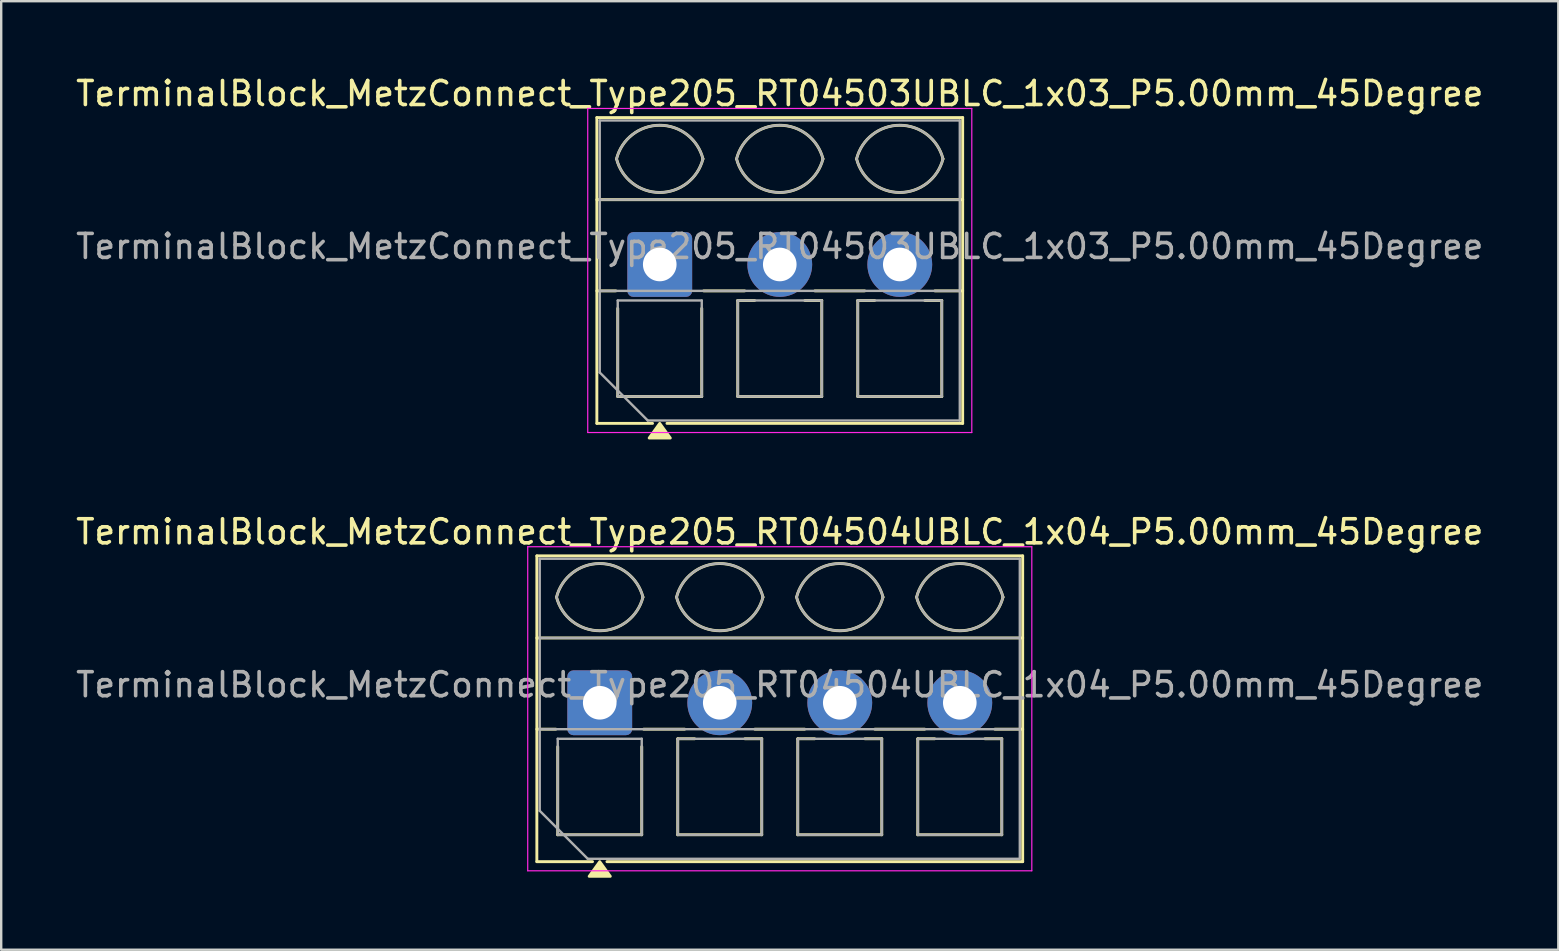
<source format=kicad_pcb>
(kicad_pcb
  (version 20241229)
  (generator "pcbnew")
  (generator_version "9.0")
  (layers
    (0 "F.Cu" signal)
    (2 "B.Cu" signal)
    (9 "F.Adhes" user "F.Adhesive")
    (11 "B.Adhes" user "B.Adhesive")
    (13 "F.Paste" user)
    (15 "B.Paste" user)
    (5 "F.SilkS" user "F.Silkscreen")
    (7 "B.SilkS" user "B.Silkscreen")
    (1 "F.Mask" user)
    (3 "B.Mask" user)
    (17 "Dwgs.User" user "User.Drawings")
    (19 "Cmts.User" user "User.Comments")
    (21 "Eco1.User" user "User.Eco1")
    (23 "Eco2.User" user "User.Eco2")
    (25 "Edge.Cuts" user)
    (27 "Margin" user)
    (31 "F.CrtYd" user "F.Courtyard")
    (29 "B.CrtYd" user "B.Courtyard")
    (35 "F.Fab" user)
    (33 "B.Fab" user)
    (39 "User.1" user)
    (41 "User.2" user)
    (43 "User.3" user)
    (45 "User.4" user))
  (footprint "TerminalBlock_MetzConnect_Type205_RT04503UBLC_1x03_P5.00mm_45Degree"
    (layer "F.Cu")
    (at 24.435 7.968)
    (property "Reference" "TerminalBlock_MetzConnect_Type205_RT04503UBLC_1x03_P5.00mm_45Degree" (at 5 -7.12 0) (layer "F.SilkS") (effects (font (size 1 1) (thickness 0.15))))
    (attr through_hole)
    (fp_line (start -2.62 -6.12) (end -2.62 6.62) (stroke (width 0.12) (type solid)) (layer "F.SilkS"))
    (fp_line (start -2.62 -6.12) (end 12.62 -6.12) (stroke (width 0.12) (type solid)) (layer "F.SilkS"))
    (fp_line (start -2.62 -2.7) (end 12.62 -2.7) (stroke (width 0.12) (type solid)) (layer "F.SilkS"))
    (fp_line (start -2.62 1.1) (end -1.83 1.1) (stroke (width 0.12) (type solid)) (layer "F.SilkS"))
    (fp_line (start -2.62 6.62) (end -0.3 6.62) (stroke (width 0.12) (type solid)) (layer "F.SilkS"))
    (fp_line (start -1.75 1.83) (end -1.75 5.5) (stroke (width 0.12) (type solid)) (layer "F.SilkS"))
    (fp_line (start -1.75 5.5) (end 1.75 5.5) (stroke (width 0.12) (type solid)) (layer "F.SilkS"))
    (fp_line (start 0.3 6.62) (end 12.62 6.62) (stroke (width 0.12) (type solid)) (layer "F.SilkS"))
    (fp_line (start 1.75 1.83) (end 1.75 5.5) (stroke (width 0.12) (type solid)) (layer "F.SilkS"))
    (fp_line (start 1.83 1.1) (end 3.538 1.1) (stroke (width 0.12) (type solid)) (layer "F.SilkS"))
    (fp_line (start 3.25 1.5) (end 3.25 5.5) (stroke (width 0.12) (type solid)) (layer "F.SilkS"))
    (fp_line (start 3.25 1.5) (end 3.952 1.5) (stroke (width 0.12) (type solid)) (layer "F.SilkS"))
    (fp_line (start 3.25 5.5) (end 6.75 5.5) (stroke (width 0.12) (type solid)) (layer "F.SilkS"))
    (fp_line (start 6.048 1.5) (end 6.75 1.5) (stroke (width 0.12) (type solid)) (layer "F.SilkS"))
    (fp_line (start 6.462 1.1) (end 8.538 1.1) (stroke (width 0.12) (type solid)) (layer "F.SilkS"))
    (fp_line (start 6.75 1.5) (end 6.75 5.5) (stroke (width 0.12) (type solid)) (layer "F.SilkS"))
    (fp_line (start 8.25 1.5) (end 8.25 5.5) (stroke (width 0.12) (type solid)) (layer "F.SilkS"))
    (fp_line (start 8.25 1.5) (end 8.952 1.5) (stroke (width 0.12) (type solid)) (layer "F.SilkS"))
    (fp_line (start 8.25 5.5) (end 11.75 5.5) (stroke (width 0.12) (type solid)) (layer "F.SilkS"))
    (fp_line (start 11.048 1.5) (end 11.75 1.5) (stroke (width 0.12) (type solid)) (layer "F.SilkS"))
    (fp_line (start 11.462 1.1) (end 12.62 1.1) (stroke (width 0.12) (type solid)) (layer "F.SilkS"))
    (fp_line (start 11.75 1.5) (end 11.75 5.5) (stroke (width 0.12) (type solid)) (layer "F.SilkS"))
    (fp_line (start 12.62 -6.12) (end 12.62 6.62) (stroke (width 0.12) (type solid)) (layer "F.SilkS"))
    (fp_arc (start -1.8 -4.4) (mid 0 -5.8) (end 1.8 -4.4) (stroke (width 0.12) (type solid)) (layer "F.SilkS"))
    (fp_arc (start 1.8 -4.4) (mid 0 -3) (end -1.8 -4.4) (stroke (width 0.12) (type solid)) (layer "F.SilkS"))
    (fp_arc (start 3.2 -4.4) (mid 5 -5.8) (end 6.8 -4.4) (stroke (width 0.12) (type solid)) (layer "F.SilkS"))
    (fp_arc (start 6.8 -4.4) (mid 5 -3) (end 3.2 -4.4) (stroke (width 0.12) (type solid)) (layer "F.SilkS"))
    (fp_arc (start 8.2 -4.4) (mid 10 -5.8) (end 11.8 -4.4) (stroke (width 0.12) (type solid)) (layer "F.SilkS"))
    (fp_arc (start 11.8 -4.4) (mid 10 -3) (end 8.2 -4.4) (stroke (width 0.12) (type solid)) (layer "F.SilkS"))
    (fp_poly (pts (xy 0 6.62) (xy 0.44 7.23) (xy -0.44 7.23)) (stroke (width 0.12) (type solid)) (fill yes) (layer "F.SilkS"))
    (fp_line (start -3 -6.5) (end -3 7) (stroke (width 0.05) (type solid)) (layer "F.CrtYd"))
    (fp_line (start -3 7) (end 13 7) (stroke (width 0.05) (type solid)) (layer "F.CrtYd"))
    (fp_line (start 13 -6.5) (end -3 -6.5) (stroke (width 0.05) (type solid)) (layer "F.CrtYd"))
    (fp_line (start 13 7) (end 13 -6.5) (stroke (width 0.05) (type solid)) (layer "F.CrtYd"))
    (fp_line (start -2.5 -6) (end 12.5 -6) (stroke (width 0.1) (type solid)) (layer "F.Fab"))
    (fp_line (start -2.5 -2.7) (end 12.5 -2.7) (stroke (width 0.1) (type solid)) (layer "F.Fab"))
    (fp_line (start -2.5 1.1) (end 12.5 1.1) (stroke (width 0.1) (type solid)) (layer "F.Fab"))
    (fp_line (start -2.5 4.5) (end -2.5 -6) (stroke (width 0.1) (type solid)) (layer "F.Fab"))
    (fp_line (start -1.75 1.5) (end -1.75 5.5) (stroke (width 0.1) (type solid)) (layer "F.Fab"))
    (fp_line (start -1.75 5.5) (end 1.75 5.5) (stroke (width 0.1) (type solid)) (layer "F.Fab"))
    (fp_line (start -0.5 6.5) (end -2.5 4.5) (stroke (width 0.1) (type solid)) (layer "F.Fab"))
    (fp_line (start 1.75 1.5) (end -1.75 1.5) (stroke (width 0.1) (type solid)) (layer "F.Fab"))
    (fp_line (start 1.75 5.5) (end 1.75 1.5) (stroke (width 0.1) (type solid)) (layer "F.Fab"))
    (fp_line (start 3.25 1.5) (end 3.25 5.5) (stroke (width 0.1) (type solid)) (layer "F.Fab"))
    (fp_line (start 3.25 5.5) (end 6.75 5.5) (stroke (width 0.1) (type solid)) (layer "F.Fab"))
    (fp_line (start 6.75 1.5) (end 3.25 1.5) (stroke (width 0.1) (type solid)) (layer "F.Fab"))
    (fp_line (start 6.75 5.5) (end 6.75 1.5) (stroke (width 0.1) (type solid)) (layer "F.Fab"))
    (fp_line (start 8.25 1.5) (end 8.25 5.5) (stroke (width 0.1) (type solid)) (layer "F.Fab"))
    (fp_line (start 8.25 5.5) (end 11.75 5.5) (stroke (width 0.1) (type solid)) (layer "F.Fab"))
    (fp_line (start 11.75 1.5) (end 8.25 1.5) (stroke (width 0.1) (type solid)) (layer "F.Fab"))
    (fp_line (start 11.75 5.5) (end 11.75 1.5) (stroke (width 0.1) (type solid)) (layer "F.Fab"))
    (fp_line (start 12.5 -6) (end 12.5 6.5) (stroke (width 0.1) (type solid)) (layer "F.Fab"))
    (fp_line (start 12.5 6.5) (end -0.5 6.5) (stroke (width 0.1) (type solid)) (layer "F.Fab"))
    (fp_arc (start -1.8 -4.4) (mid 0 -5.8) (end 1.8 -4.4) (stroke (width 0.1) (type solid)) (layer "F.Fab"))
    (fp_arc (start 1.8 -4.4) (mid 0 -3) (end -1.8 -4.4) (stroke (width 0.1) (type solid)) (layer "F.Fab"))
    (fp_arc (start 3.2 -4.4) (mid 5 -5.8) (end 6.8 -4.4) (stroke (width 0.1) (type solid)) (layer "F.Fab"))
    (fp_arc (start 6.8 -4.4) (mid 5 -3) (end 3.2 -4.4) (stroke (width 0.1) (type solid)) (layer "F.Fab"))
    (fp_arc (start 8.2 -4.4) (mid 10 -5.8) (end 11.8 -4.4) (stroke (width 0.1) (type solid)) (layer "F.Fab"))
    (fp_arc (start 11.8 -4.4) (mid 10 -3) (end 8.2 -4.4) (stroke (width 0.1) (type solid)) (layer "F.Fab"))
    (fp_text user "${REFERENCE}" (at 5 -0.75 0) (layer "F.Fab") (effects (font (size 1 1) (thickness 0.15))))
    (pad "1" thru_hole roundrect (at 0 0) (size 2.7 2.7) (drill 1.4) (layers "*.Cu" "*.Mask") (roundrect_rratio 0.093))
    (pad "2" thru_hole circle (at 5 0) (size 2.7 2.7) (drill 1.4) (layers "*.Cu" "*.Mask"))
    (pad "3" thru_hole circle (at 10 0) (size 2.7 2.7) (drill 1.4) (layers "*.Cu" "*.Mask")))
  (footprint "TerminalBlock_MetzConnect_Type205_RT04504UBLC_1x04_P5.00mm_45Degree"
    (layer "F.Cu")
    (at 21.935 26.227)
    (property "Reference" "TerminalBlock_MetzConnect_Type205_RT04504UBLC_1x04_P5.00mm_45Degree" (at 7.5 -7.12 0) (layer "F.SilkS") (effects (font (size 1 1) (thickness 0.15))))
    (attr through_hole)
    (fp_line (start -2.62 -6.12) (end -2.62 6.62) (stroke (width 0.12) (type solid)) (layer "F.SilkS"))
    (fp_line (start -2.62 -6.12) (end 17.62 -6.12) (stroke (width 0.12) (type solid)) (layer "F.SilkS"))
    (fp_line (start -2.62 -2.7) (end 17.62 -2.7) (stroke (width 0.12) (type solid)) (layer "F.SilkS"))
    (fp_line (start -2.62 1.1) (end -1.83 1.1) (stroke (width 0.12) (type solid)) (layer "F.SilkS"))
    (fp_line (start -2.62 6.62) (end -0.3 6.62) (stroke (width 0.12) (type solid)) (layer "F.SilkS"))
    (fp_line (start -1.75 1.83) (end -1.75 5.5) (stroke (width 0.12) (type solid)) (layer "F.SilkS"))
    (fp_line (start -1.75 5.5) (end 1.75 5.5) (stroke (width 0.12) (type solid)) (layer "F.SilkS"))
    (fp_line (start 0.3 6.62) (end 17.62 6.62) (stroke (width 0.12) (type solid)) (layer "F.SilkS"))
    (fp_line (start 1.75 1.83) (end 1.75 5.5) (stroke (width 0.12) (type solid)) (layer "F.SilkS"))
    (fp_line (start 1.83 1.1) (end 3.538 1.1) (stroke (width 0.12) (type solid)) (layer "F.SilkS"))
    (fp_line (start 3.25 1.5) (end 3.25 5.5) (stroke (width 0.12) (type solid)) (layer "F.SilkS"))
    (fp_line (start 3.25 1.5) (end 3.952 1.5) (stroke (width 0.12) (type solid)) (layer "F.SilkS"))
    (fp_line (start 3.25 5.5) (end 6.75 5.5) (stroke (width 0.12) (type solid)) (layer "F.SilkS"))
    (fp_line (start 6.048 1.5) (end 6.75 1.5) (stroke (width 0.12) (type solid)) (layer "F.SilkS"))
    (fp_line (start 6.462 1.1) (end 8.538 1.1) (stroke (width 0.12) (type solid)) (layer "F.SilkS"))
    (fp_line (start 6.75 1.5) (end 6.75 5.5) (stroke (width 0.12) (type solid)) (layer "F.SilkS"))
    (fp_line (start 8.25 1.5) (end 8.25 5.5) (stroke (width 0.12) (type solid)) (layer "F.SilkS"))
    (fp_line (start 8.25 1.5) (end 8.952 1.5) (stroke (width 0.12) (type solid)) (layer "F.SilkS"))
    (fp_line (start 8.25 5.5) (end 11.75 5.5) (stroke (width 0.12) (type solid)) (layer "F.SilkS"))
    (fp_line (start 11.048 1.5) (end 11.75 1.5) (stroke (width 0.12) (type solid)) (layer "F.SilkS"))
    (fp_line (start 11.462 1.1) (end 13.538 1.1) (stroke (width 0.12) (type solid)) (layer "F.SilkS"))
    (fp_line (start 11.75 1.5) (end 11.75 5.5) (stroke (width 0.12) (type solid)) (layer "F.SilkS"))
    (fp_line (start 13.25 1.5) (end 13.25 5.5) (stroke (width 0.12) (type solid)) (layer "F.SilkS"))
    (fp_line (start 13.25 1.5) (end 13.952 1.5) (stroke (width 0.12) (type solid)) (layer "F.SilkS"))
    (fp_line (start 13.25 5.5) (end 16.75 5.5) (stroke (width 0.12) (type solid)) (layer "F.SilkS"))
    (fp_line (start 16.048 1.5) (end 16.75 1.5) (stroke (width 0.12) (type solid)) (layer "F.SilkS"))
    (fp_line (start 16.462 1.1) (end 17.62 1.1) (stroke (width 0.12) (type solid)) (layer "F.SilkS"))
    (fp_line (start 16.75 1.5) (end 16.75 5.5) (stroke (width 0.12) (type solid)) (layer "F.SilkS"))
    (fp_line (start 17.62 -6.12) (end 17.62 6.62) (stroke (width 0.12) (type solid)) (layer "F.SilkS"))
    (fp_arc (start -1.8 -4.4) (mid 0 -5.8) (end 1.8 -4.4) (stroke (width 0.12) (type solid)) (layer "F.SilkS"))
    (fp_arc (start 1.8 -4.4) (mid 0 -3) (end -1.8 -4.4) (stroke (width 0.12) (type solid)) (layer "F.SilkS"))
    (fp_arc (start 3.2 -4.4) (mid 5 -5.8) (end 6.8 -4.4) (stroke (width 0.12) (type solid)) (layer "F.SilkS"))
    (fp_arc (start 6.8 -4.4) (mid 5 -3) (end 3.2 -4.4) (stroke (width 0.12) (type solid)) (layer "F.SilkS"))
    (fp_arc (start 8.2 -4.4) (mid 10 -5.8) (end 11.8 -4.4) (stroke (width 0.12) (type solid)) (layer "F.SilkS"))
    (fp_arc (start 11.8 -4.4) (mid 10 -3) (end 8.2 -4.4) (stroke (width 0.12) (type solid)) (layer "F.SilkS"))
    (fp_arc (start 13.2 -4.4) (mid 15 -5.8) (end 16.8 -4.4) (stroke (width 0.12) (type solid)) (layer "F.SilkS"))
    (fp_arc (start 16.8 -4.4) (mid 15 -3) (end 13.2 -4.4) (stroke (width 0.12) (type solid)) (layer "F.SilkS"))
    (fp_poly (pts (xy 0 6.62) (xy 0.44 7.23) (xy -0.44 7.23)) (stroke (width 0.12) (type solid)) (fill yes) (layer "F.SilkS"))
    (fp_line (start -3 -6.5) (end -3 7) (stroke (width 0.05) (type solid)) (layer "F.CrtYd"))
    (fp_line (start -3 7) (end 18 7) (stroke (width 0.05) (type solid)) (layer "F.CrtYd"))
    (fp_line (start 18 -6.5) (end -3 -6.5) (stroke (width 0.05) (type solid)) (layer "F.CrtYd"))
    (fp_line (start 18 7) (end 18 -6.5) (stroke (width 0.05) (type solid)) (layer "F.CrtYd"))
    (fp_line (start -2.5 -6) (end 17.5 -6) (stroke (width 0.1) (type solid)) (layer "F.Fab"))
    (fp_line (start -2.5 -2.7) (end 17.5 -2.7) (stroke (width 0.1) (type solid)) (layer "F.Fab"))
    (fp_line (start -2.5 1.1) (end 17.5 1.1) (stroke (width 0.1) (type solid)) (layer "F.Fab"))
    (fp_line (start -2.5 4.5) (end -2.5 -6) (stroke (width 0.1) (type solid)) (layer "F.Fab"))
    (fp_line (start -1.75 1.5) (end -1.75 5.5) (stroke (width 0.1) (type solid)) (layer "F.Fab"))
    (fp_line (start -1.75 5.5) (end 1.75 5.5) (stroke (width 0.1) (type solid)) (layer "F.Fab"))
    (fp_line (start -0.5 6.5) (end -2.5 4.5) (stroke (width 0.1) (type solid)) (layer "F.Fab"))
    (fp_line (start 1.75 1.5) (end -1.75 1.5) (stroke (width 0.1) (type solid)) (layer "F.Fab"))
    (fp_line (start 1.75 5.5) (end 1.75 1.5) (stroke (width 0.1) (type solid)) (layer "F.Fab"))
    (fp_line (start 3.25 1.5) (end 3.25 5.5) (stroke (width 0.1) (type solid)) (layer "F.Fab"))
    (fp_line (start 3.25 5.5) (end 6.75 5.5) (stroke (width 0.1) (type solid)) (layer "F.Fab"))
    (fp_line (start 6.75 1.5) (end 3.25 1.5) (stroke (width 0.1) (type solid)) (layer "F.Fab"))
    (fp_line (start 6.75 5.5) (end 6.75 1.5) (stroke (width 0.1) (type solid)) (layer "F.Fab"))
    (fp_line (start 8.25 1.5) (end 8.25 5.5) (stroke (width 0.1) (type solid)) (layer "F.Fab"))
    (fp_line (start 8.25 5.5) (end 11.75 5.5) (stroke (width 0.1) (type solid)) (layer "F.Fab"))
    (fp_line (start 11.75 1.5) (end 8.25 1.5) (stroke (width 0.1) (type solid)) (layer "F.Fab"))
    (fp_line (start 11.75 5.5) (end 11.75 1.5) (stroke (width 0.1) (type solid)) (layer "F.Fab"))
    (fp_line (start 13.25 1.5) (end 13.25 5.5) (stroke (width 0.1) (type solid)) (layer "F.Fab"))
    (fp_line (start 13.25 5.5) (end 16.75 5.5) (stroke (width 0.1) (type solid)) (layer "F.Fab"))
    (fp_line (start 16.75 1.5) (end 13.25 1.5) (stroke (width 0.1) (type solid)) (layer "F.Fab"))
    (fp_line (start 16.75 5.5) (end 16.75 1.5) (stroke (width 0.1) (type solid)) (layer "F.Fab"))
    (fp_line (start 17.5 -6) (end 17.5 6.5) (stroke (width 0.1) (type solid)) (layer "F.Fab"))
    (fp_line (start 17.5 6.5) (end -0.5 6.5) (stroke (width 0.1) (type solid)) (layer "F.Fab"))
    (fp_arc (start -1.8 -4.4) (mid 0 -5.8) (end 1.8 -4.4) (stroke (width 0.1) (type solid)) (layer "F.Fab"))
    (fp_arc (start 1.8 -4.4) (mid 0 -3) (end -1.8 -4.4) (stroke (width 0.1) (type solid)) (layer "F.Fab"))
    (fp_arc (start 3.2 -4.4) (mid 5 -5.8) (end 6.8 -4.4) (stroke (width 0.1) (type solid)) (layer "F.Fab"))
    (fp_arc (start 6.8 -4.4) (mid 5 -3) (end 3.2 -4.4) (stroke (width 0.1) (type solid)) (layer "F.Fab"))
    (fp_arc (start 8.2 -4.4) (mid 10 -5.8) (end 11.8 -4.4) (stroke (width 0.1) (type solid)) (layer "F.Fab"))
    (fp_arc (start 11.8 -4.4) (mid 10 -3) (end 8.2 -4.4) (stroke (width 0.1) (type solid)) (layer "F.Fab"))
    (fp_arc (start 13.2 -4.4) (mid 15 -5.8) (end 16.8 -4.4) (stroke (width 0.1) (type solid)) (layer "F.Fab"))
    (fp_arc (start 16.8 -4.4) (mid 15 -3) (end 13.2 -4.4) (stroke (width 0.1) (type solid)) (layer "F.Fab"))
    (fp_text user "${REFERENCE}" (at 7.5 -0.75 0) (layer "F.Fab") (effects (font (size 1 1) (thickness 0.15))))
    (pad "1" thru_hole roundrect (at 0 0) (size 2.7 2.7) (drill 1.4) (layers "*.Cu" "*.Mask") (roundrect_rratio 0.093))
    (pad "2" thru_hole circle (at 5 0) (size 2.7 2.7) (drill 1.4) (layers "*.Cu" "*.Mask"))
    (pad "3" thru_hole circle (at 10 0) (size 2.7 2.7) (drill 1.4) (layers "*.Cu" "*.Mask"))
    (pad "4" thru_hole circle (at 15 0) (size 2.7 2.7) (drill 1.4) (layers "*.Cu" "*.Mask")))
  (gr_rect
    (start -3 -3)
    (end 61.869 36.517)
    (stroke (width 0.1) (type default))
    (fill no)
    (layer "Edge.Cuts")))
</source>
